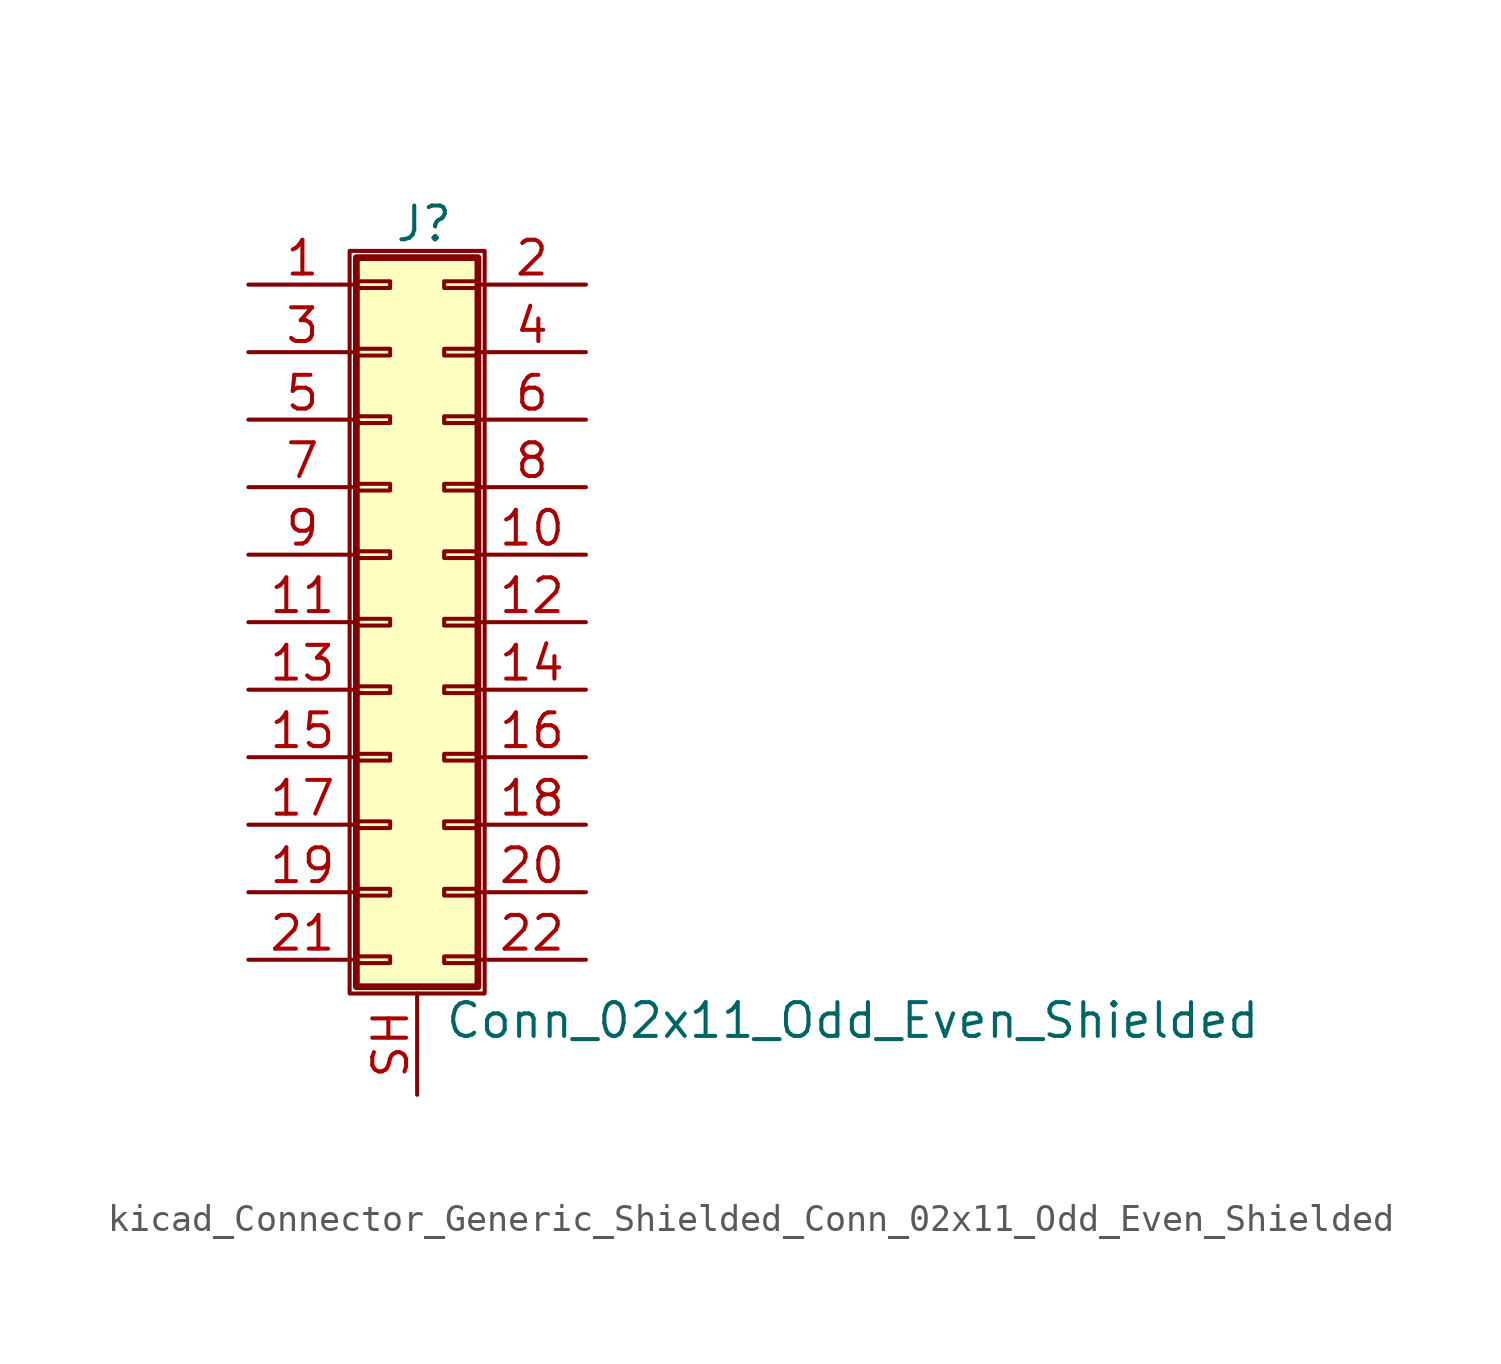
<source format=kicad_sym>
(kicad_symbol_lib
  (version 20220914)
  (generator kicad_symbol_editor)
  (symbol "kicad_Connector_Generic_Shielded_Conn_02x11_Odd_Even_Shielded"
    (pin_names
      (offset 1.016) hide)
    (property "Reference" "J"
      (at 1.524 14.986 0)
      (effects (font (size 1.27 1.27))))
    (property "Value" "Conn_02x11_Odd_Even_Shielded"
      (at 2.286 -14.986 0)
      (effects (font (size 1.27 1.27)) (justify left)))
    (symbol "kicad_Connector_Generic_Shielded_Conn_02x11_Odd_Even_Shielded_1_1"
      (rectangle (start -1.27 13.97) (end 3.81 -13.97) (stroke (width 0.152) (type default)) (fill (type none)))
      (rectangle (start -1.016 -12.573) (end 0.254 -12.827) (stroke (width 0.152) (type default)) (fill (type none)))
      (rectangle (start -1.016 -10.033) (end 0.254 -10.287) (stroke (width 0.152) (type default)) (fill (type none)))
      (rectangle (start -1.016 -7.493) (end 0.254 -7.747) (stroke (width 0.152) (type default)) (fill (type none)))
      (rectangle (start -1.016 -4.953) (end 0.254 -5.207) (stroke (width 0.152) (type default)) (fill (type none)))
      (rectangle (start -1.016 -2.413) (end 0.254 -2.667) (stroke (width 0.152) (type default)) (fill (type none)))
      (rectangle (start -1.016 0.127) (end 0.254 -0.127) (stroke (width 0.152) (type default)) (fill (type none)))
      (rectangle (start -1.016 2.667) (end 0.254 2.413) (stroke (width 0.152) (type default)) (fill (type none)))
      (rectangle (start -1.016 5.207) (end 0.254 4.953) (stroke (width 0.152) (type default)) (fill (type none)))
      (rectangle (start -1.016 7.747) (end 0.254 7.493) (stroke (width 0.152) (type default)) (fill (type none)))
      (rectangle (start -1.016 10.287) (end 0.254 10.033) (stroke (width 0.152) (type default)) (fill (type none)))
      (rectangle (start -1.016 12.827) (end 0.254 12.573) (stroke (width 0.152) (type default)) (fill (type none)))
      (rectangle (start -1.016 13.716) (end 3.556 -13.716) (stroke (width 0.254) (type default)) (fill (type background)))
      (rectangle (start 3.556 -12.573) (end 2.286 -12.827) (stroke (width 0.152) (type default)) (fill (type none)))
      (rectangle (start 3.556 -10.033) (end 2.286 -10.287) (stroke (width 0.152) (type default)) (fill (type none)))
      (rectangle (start 3.556 -7.493) (end 2.286 -7.747) (stroke (width 0.152) (type default)) (fill (type none)))
      (rectangle (start 3.556 -4.953) (end 2.286 -5.207) (stroke (width 0.152) (type default)) (fill (type none)))
      (rectangle (start 3.556 -2.413) (end 2.286 -2.667) (stroke (width 0.152) (type default)) (fill (type none)))
      (rectangle (start 3.556 0.127) (end 2.286 -0.127) (stroke (width 0.152) (type default)) (fill (type none)))
      (rectangle (start 3.556 2.667) (end 2.286 2.413) (stroke (width 0.152) (type default)) (fill (type none)))
      (rectangle (start 3.556 5.207) (end 2.286 4.953) (stroke (width 0.152) (type default)) (fill (type none)))
      (rectangle (start 3.556 7.747) (end 2.286 7.493) (stroke (width 0.152) (type default)) (fill (type none)))
      (rectangle (start 3.556 10.287) (end 2.286 10.033) (stroke (width 0.152) (type default)) (fill (type none)))
      (rectangle (start 3.556 12.827) (end 2.286 12.573) (stroke (width 0.152) (type default)) (fill (type none)))
      (pin passive line (at -5.08 12.7 0) (length 4.064) (name "Pin_1" (effects (font (size 1.27 1.27)))) (number "1" (effects (font (size 1.27 1.27)))))
      (pin passive line (at 7.62 2.54 180) (length 4.064) (name "Pin_10" (effects (font (size 1.27 1.27)))) (number "10" (effects (font (size 1.27 1.27)))))
      (pin passive line (at -5.08 0 0) (length 4.064) (name "Pin_11" (effects (font (size 1.27 1.27)))) (number "11" (effects (font (size 1.27 1.27)))))
      (pin passive line (at 7.62 0 180) (length 4.064) (name "Pin_12" (effects (font (size 1.27 1.27)))) (number "12" (effects (font (size 1.27 1.27)))))
      (pin passive line (at -5.08 -2.54 0) (length 4.064) (name "Pin_13" (effects (font (size 1.27 1.27)))) (number "13" (effects (font (size 1.27 1.27)))))
      (pin passive line (at 7.62 -2.54 180) (length 4.064) (name "Pin_14" (effects (font (size 1.27 1.27)))) (number "14" (effects (font (size 1.27 1.27)))))
      (pin passive line (at -5.08 -5.08 0) (length 4.064) (name "Pin_15" (effects (font (size 1.27 1.27)))) (number "15" (effects (font (size 1.27 1.27)))))
      (pin passive line (at 7.62 -5.08 180) (length 4.064) (name "Pin_16" (effects (font (size 1.27 1.27)))) (number "16" (effects (font (size 1.27 1.27)))))
      (pin passive line (at -5.08 -7.62 0) (length 4.064) (name "Pin_17" (effects (font (size 1.27 1.27)))) (number "17" (effects (font (size 1.27 1.27)))))
      (pin passive line (at 7.62 -7.62 180) (length 4.064) (name "Pin_18" (effects (font (size 1.27 1.27)))) (number "18" (effects (font (size 1.27 1.27)))))
      (pin passive line (at -5.08 -10.16 0) (length 4.064) (name "Pin_19" (effects (font (size 1.27 1.27)))) (number "19" (effects (font (size 1.27 1.27)))))
      (pin passive line (at 7.62 12.7 180) (length 4.064) (name "Pin_2" (effects (font (size 1.27 1.27)))) (number "2" (effects (font (size 1.27 1.27)))))
      (pin passive line (at 7.62 -10.16 180) (length 4.064) (name "Pin_20" (effects (font (size 1.27 1.27)))) (number "20" (effects (font (size 1.27 1.27)))))
      (pin passive line (at -5.08 -12.7 0) (length 4.064) (name "Pin_21" (effects (font (size 1.27 1.27)))) (number "21" (effects (font (size 1.27 1.27)))))
      (pin passive line (at 7.62 -12.7 180) (length 4.064) (name "Pin_22" (effects (font (size 1.27 1.27)))) (number "22" (effects (font (size 1.27 1.27)))))
      (pin passive line (at -5.08 10.16 0) (length 4.064) (name "Pin_3" (effects (font (size 1.27 1.27)))) (number "3" (effects (font (size 1.27 1.27)))))
      (pin passive line (at 7.62 10.16 180) (length 4.064) (name "Pin_4" (effects (font (size 1.27 1.27)))) (number "4" (effects (font (size 1.27 1.27)))))
      (pin passive line (at -5.08 7.62 0) (length 4.064) (name "Pin_5" (effects (font (size 1.27 1.27)))) (number "5" (effects (font (size 1.27 1.27)))))
      (pin passive line (at 7.62 7.62 180) (length 4.064) (name "Pin_6" (effects (font (size 1.27 1.27)))) (number "6" (effects (font (size 1.27 1.27)))))
      (pin passive line (at -5.08 5.08 0) (length 4.064) (name "Pin_7" (effects (font (size 1.27 1.27)))) (number "7" (effects (font (size 1.27 1.27)))))
      (pin passive line (at 7.62 5.08 180) (length 4.064) (name "Pin_8" (effects (font (size 1.27 1.27)))) (number "8" (effects (font (size 1.27 1.27)))))
      (pin passive line (at -5.08 2.54 0) (length 4.064) (name "Pin_9" (effects (font (size 1.27 1.27)))) (number "9" (effects (font (size 1.27 1.27)))))
      (pin passive line (at 1.27 -17.78 90) (length 3.81) (name "Shield" (effects (font (size 1.27 1.27)))) (number "SH" (effects (font (size 1.27 1.27))))))))
</source>
